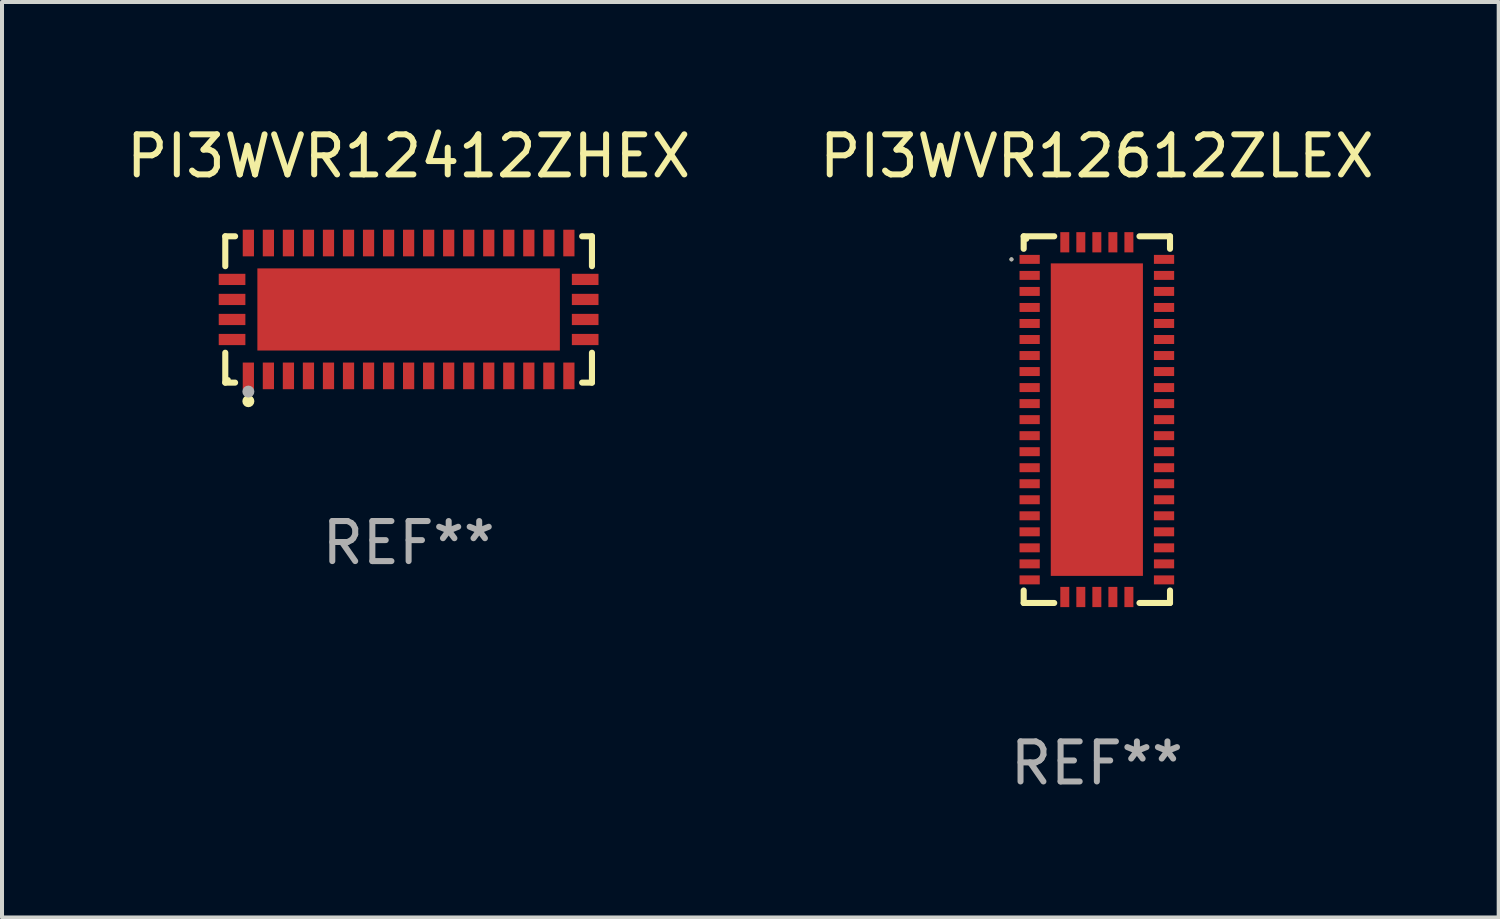
<source format=kicad_pcb>
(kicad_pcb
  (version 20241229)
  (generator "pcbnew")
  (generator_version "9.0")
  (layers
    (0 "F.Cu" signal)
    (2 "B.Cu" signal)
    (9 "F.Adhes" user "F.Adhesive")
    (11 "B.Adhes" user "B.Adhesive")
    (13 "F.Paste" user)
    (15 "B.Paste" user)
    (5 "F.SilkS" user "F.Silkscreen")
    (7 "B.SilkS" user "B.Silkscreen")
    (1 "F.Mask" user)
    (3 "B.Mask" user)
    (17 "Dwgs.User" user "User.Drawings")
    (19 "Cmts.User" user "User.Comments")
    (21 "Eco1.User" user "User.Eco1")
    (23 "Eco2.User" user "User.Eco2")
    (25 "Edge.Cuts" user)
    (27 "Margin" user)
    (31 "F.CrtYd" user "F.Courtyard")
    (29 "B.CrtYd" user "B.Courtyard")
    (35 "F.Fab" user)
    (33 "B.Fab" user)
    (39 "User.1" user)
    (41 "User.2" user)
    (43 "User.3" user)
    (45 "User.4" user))
  (footprint "PI3WVR12612ZLEX"
    (layer "F.Cu")
    (at 24.327 7.424)
    (property "Reference" "PI3WVR12612ZLEX" (at 0 -6.576 0) (layer "F.SilkS") (effects (font (size 1 1) (thickness 0.15))))
    (attr through_hole)
    (fp_line (start -1.826 -4.576) (end -1.064 -4.576) (stroke (width 0.152) (type solid)) (layer "F.SilkS"))
    (fp_line (start -1.826 -4.264) (end -1.826 -4.576) (stroke (width 0.152) (type solid)) (layer "F.SilkS"))
    (fp_line (start -1.826 4.264) (end -1.826 4.576) (stroke (width 0.152) (type solid)) (layer "F.SilkS"))
    (fp_line (start -1.826 4.576) (end -1.064 4.576) (stroke (width 0.152) (type solid)) (layer "F.SilkS"))
    (fp_line (start 1.826 -4.576) (end 1.064 -4.576) (stroke (width 0.152) (type solid)) (layer "F.SilkS"))
    (fp_line (start 1.826 -4.264) (end 1.826 -4.576) (stroke (width 0.152) (type solid)) (layer "F.SilkS"))
    (fp_line (start 1.826 4.264) (end 1.826 4.576) (stroke (width 0.152) (type solid)) (layer "F.SilkS"))
    (fp_line (start 1.826 4.576) (end 1.064 4.576) (stroke (width 0.152) (type solid)) (layer "F.SilkS"))
    (fp_circle (center -2.131 -4) (end -2.106 -4) (stroke (width 0.05) (type solid)) (fill no) (layer "F.SilkS"))
    (fp_circle (center -1.75 -4.5) (end -1.72 -4.5) (stroke (width 0.06) (type solid)) (fill no) (layer "F.SilkS"))
    (fp_circle (center -2.131 -4) (end -2.106 -4) (stroke (width 0.05) (type solid)) (fill no) (layer "F.Fab"))
    (fp_text user "REF**" (at 0 8.576 0) (layer "F.Fab") (effects (font (size 1 1) (thickness 0.15))))
    (pad "1" smd rect (at -1.677 -4) (size 0.505 0.224) (layers "F.Cu" "F.Mask" "F.Paste"))
    (pad "2" smd rect (at -1.677 -3.6) (size 0.505 0.224) (layers "F.Cu" "F.Mask" "F.Paste"))
    (pad "3" smd rect (at -1.677 -3.2) (size 0.505 0.224) (layers "F.Cu" "F.Mask" "F.Paste"))
    (pad "4" smd rect (at -1.677 -2.8) (size 0.505 0.224) (layers "F.Cu" "F.Mask" "F.Paste"))
    (pad "5" smd rect (at -1.677 -2.4) (size 0.505 0.224) (layers "F.Cu" "F.Mask" "F.Paste"))
    (pad "6" smd rect (at -1.677 -2) (size 0.505 0.224) (layers "F.Cu" "F.Mask" "F.Paste"))
    (pad "7" smd rect (at -1.677 -1.6) (size 0.505 0.224) (layers "F.Cu" "F.Mask" "F.Paste"))
    (pad "8" smd rect (at -1.677 -1.2) (size 0.505 0.224) (layers "F.Cu" "F.Mask" "F.Paste"))
    (pad "9" smd rect (at -1.677 -0.8) (size 0.505 0.224) (layers "F.Cu" "F.Mask" "F.Paste"))
    (pad "10" smd rect (at -1.677 -0.4) (size 0.505 0.224) (layers "F.Cu" "F.Mask" "F.Paste"))
    (pad "11" smd rect (at -1.677 0) (size 0.505 0.224) (layers "F.Cu" "F.Mask" "F.Paste"))
    (pad "12" smd rect (at -1.677 0.4) (size 0.505 0.224) (layers "F.Cu" "F.Mask" "F.Paste"))
    (pad "13" smd rect (at -1.677 0.8) (size 0.505 0.224) (layers "F.Cu" "F.Mask" "F.Paste"))
    (pad "14" smd rect (at -1.677 1.2) (size 0.505 0.224) (layers "F.Cu" "F.Mask" "F.Paste"))
    (pad "15" smd rect (at -1.677 1.6) (size 0.505 0.224) (layers "F.Cu" "F.Mask" "F.Paste"))
    (pad "16" smd rect (at -1.677 2) (size 0.505 0.224) (layers "F.Cu" "F.Mask" "F.Paste"))
    (pad "17" smd rect (at -1.677 2.4) (size 0.505 0.224) (layers "F.Cu" "F.Mask" "F.Paste"))
    (pad "18" smd rect (at -1.677 2.8) (size 0.505 0.224) (layers "F.Cu" "F.Mask" "F.Paste"))
    (pad "19" smd rect (at -1.677 3.2) (size 0.505 0.224) (layers "F.Cu" "F.Mask" "F.Paste"))
    (pad "20" smd rect (at -1.677 3.6) (size 0.505 0.224) (layers "F.Cu" "F.Mask" "F.Paste"))
    (pad "21" smd rect (at -1.677 4) (size 0.505 0.224) (layers "F.Cu" "F.Mask" "F.Paste"))
    (pad "22" smd rect (at -0.8 4.427) (size 0.224 0.505) (layers "F.Cu" "F.Mask" "F.Paste"))
    (pad "23" smd rect (at -0.4 4.427) (size 0.224 0.505) (layers "F.Cu" "F.Mask" "F.Paste"))
    (pad "24" smd rect (at -0.000013 4.427) (size 0.224 0.505) (layers "F.Cu" "F.Mask" "F.Paste"))
    (pad "25" smd rect (at 0.4 4.427) (size 0.224 0.505) (layers "F.Cu" "F.Mask" "F.Paste"))
    (pad "26" smd rect (at 0.8 4.427) (size 0.224 0.505) (layers "F.Cu" "F.Mask" "F.Paste"))
    (pad "27" smd rect (at 1.677 4) (size 0.505 0.224) (layers "F.Cu" "F.Mask" "F.Paste"))
    (pad "28" smd rect (at 1.677 3.6) (size 0.505 0.224) (layers "F.Cu" "F.Mask" "F.Paste"))
    (pad "29" smd rect (at 1.677 3.2) (size 0.505 0.224) (layers "F.Cu" "F.Mask" "F.Paste"))
    (pad "30" smd rect (at 1.677 2.8) (size 0.505 0.224) (layers "F.Cu" "F.Mask" "F.Paste"))
    (pad "31" smd rect (at 1.677 2.4) (size 0.505 0.224) (layers "F.Cu" "F.Mask" "F.Paste"))
    (pad "32" smd rect (at 1.677 2) (size 0.505 0.224) (layers "F.Cu" "F.Mask" "F.Paste"))
    (pad "33" smd rect (at 1.677 1.6) (size 0.505 0.224) (layers "F.Cu" "F.Mask" "F.Paste"))
    (pad "34" smd rect (at 1.677 1.2) (size 0.505 0.224) (layers "F.Cu" "F.Mask" "F.Paste"))
    (pad "35" smd rect (at 1.677 0.8) (size 0.505 0.224) (layers "F.Cu" "F.Mask" "F.Paste"))
    (pad "36" smd rect (at 1.677 0.4) (size 0.505 0.224) (layers "F.Cu" "F.Mask" "F.Paste"))
    (pad "37" smd rect (at 1.677 0) (size 0.505 0.224) (layers "F.Cu" "F.Mask" "F.Paste"))
    (pad "38" smd rect (at 1.677 -0.4) (size 0.505 0.224) (layers "F.Cu" "F.Mask" "F.Paste"))
    (pad "39" smd rect (at 1.677 -0.8) (size 0.505 0.224) (layers "F.Cu" "F.Mask" "F.Paste"))
    (pad "40" smd rect (at 1.677 -1.2) (size 0.505 0.224) (layers "F.Cu" "F.Mask" "F.Paste"))
    (pad "41" smd rect (at 1.677 -1.6) (size 0.505 0.224) (layers "F.Cu" "F.Mask" "F.Paste"))
    (pad "42" smd rect (at 1.677 -2) (size 0.505 0.224) (layers "F.Cu" "F.Mask" "F.Paste"))
    (pad "43" smd rect (at 1.677 -2.4) (size 0.505 0.224) (layers "F.Cu" "F.Mask" "F.Paste"))
    (pad "44" smd rect (at 1.677 -2.8) (size 0.505 0.224) (layers "F.Cu" "F.Mask" "F.Paste"))
    (pad "45" smd rect (at 1.677 -3.2) (size 0.505 0.224) (layers "F.Cu" "F.Mask" "F.Paste"))
    (pad "46" smd rect (at 1.677 -3.6) (size 0.505 0.224) (layers "F.Cu" "F.Mask" "F.Paste"))
    (pad "47" smd rect (at 1.677 -4) (size 0.505 0.224) (layers "F.Cu" "F.Mask" "F.Paste"))
    (pad "48" smd rect (at 0.8 -4.427) (size 0.224 0.505) (layers "F.Cu" "F.Mask" "F.Paste"))
    (pad "49" smd rect (at 0.4 -4.427) (size 0.224 0.505) (layers "F.Cu" "F.Mask" "F.Paste"))
    (pad "50" smd rect (at -0.000013 -4.427) (size 0.224 0.505) (layers "F.Cu" "F.Mask" "F.Paste"))
    (pad "51" smd rect (at -0.4 -4.427) (size 0.224 0.505) (layers "F.Cu" "F.Mask" "F.Paste"))
    (pad "52" smd rect (at -0.8 -4.427) (size 0.224 0.505) (layers "F.Cu" "F.Mask" "F.Paste"))
    (pad "53" smd rect (at -0.000013 0) (size 2.3 7.8) (layers "F.Cu" "F.Mask" "F.Paste")))
  (footprint "PI3WVR12412ZHEX"
    (layer "F.Cu")
    (at 7.149 4.674)
    (property "Reference" "PI3WVR12412ZHEX" (at 0 -3.826 0) (layer "F.SilkS") (effects (font (size 1 1) (thickness 0.15))))
    (attr through_hole)
    (fp_line (start -4.576 -1.826) (end -4.331 -1.826) (stroke (width 0.152) (type solid)) (layer "F.SilkS"))
    (fp_line (start -4.576 -1.08) (end -4.576 -1.826) (stroke (width 0.152) (type solid)) (layer "F.SilkS"))
    (fp_line (start -4.576 1.08) (end -4.576 1.826) (stroke (width 0.152) (type solid)) (layer "F.SilkS"))
    (fp_line (start -4.576 1.826) (end -4.331 1.826) (stroke (width 0.152) (type solid)) (layer "F.SilkS"))
    (fp_line (start 4.576 -1.826) (end 4.331 -1.826) (stroke (width 0.152) (type solid)) (layer "F.SilkS"))
    (fp_line (start 4.576 -1.08) (end 4.576 -1.826) (stroke (width 0.152) (type solid)) (layer "F.SilkS"))
    (fp_line (start 4.576 1.08) (end 4.576 1.826) (stroke (width 0.152) (type solid)) (layer "F.SilkS"))
    (fp_line (start 4.576 1.826) (end 4.331 1.826) (stroke (width 0.152) (type solid)) (layer "F.SilkS"))
    (fp_circle (center -4.5 1.75) (end -4.47 1.75) (stroke (width 0.06) (type solid)) (fill no) (layer "F.SilkS"))
    (fp_circle (center -4 2.29) (end -3.925 2.29) (stroke (width 0.15) (type solid)) (fill no) (layer "F.SilkS"))
    (fp_circle (center -4 2.05) (end -3.925 2.05) (stroke (width 0.15) (type solid)) (fill no) (layer "F.Fab"))
    (fp_text user "REF**" (at 0 5.826 0) (layer "F.Fab") (effects (font (size 1 1) (thickness 0.15))))
    (pad "1" smd rect (at -4 1.658) (size 0.28 0.665) (layers "F.Cu" "F.Mask" "F.Paste"))
    (pad "2" smd rect (at -3.5 1.658) (size 0.28 0.665) (layers "F.Cu" "F.Mask" "F.Paste"))
    (pad "3" smd rect (at -3 1.658) (size 0.28 0.665) (layers "F.Cu" "F.Mask" "F.Paste"))
    (pad "4" smd rect (at -2.5 1.658) (size 0.28 0.665) (layers "F.Cu" "F.Mask" "F.Paste"))
    (pad "5" smd rect (at -2 1.658) (size 0.28 0.665) (layers "F.Cu" "F.Mask" "F.Paste"))
    (pad "6" smd rect (at -1.5 1.658) (size 0.28 0.665) (layers "F.Cu" "F.Mask" "F.Paste"))
    (pad "7" smd rect (at -1 1.658) (size 0.28 0.665) (layers "F.Cu" "F.Mask" "F.Paste"))
    (pad "8" smd rect (at -0.5 1.658) (size 0.28 0.665) (layers "F.Cu" "F.Mask" "F.Paste"))
    (pad "9" smd rect (at 0 1.658) (size 0.28 0.665) (layers "F.Cu" "F.Mask" "F.Paste"))
    (pad "10" smd rect (at 0.5 1.658) (size 0.28 0.665) (layers "F.Cu" "F.Mask" "F.Paste"))
    (pad "11" smd rect (at 1 1.658) (size 0.28 0.665) (layers "F.Cu" "F.Mask" "F.Paste"))
    (pad "12" smd rect (at 1.5 1.658) (size 0.28 0.665) (layers "F.Cu" "F.Mask" "F.Paste"))
    (pad "13" smd rect (at 2 1.658) (size 0.28 0.665) (layers "F.Cu" "F.Mask" "F.Paste"))
    (pad "14" smd rect (at 2.5 1.658) (size 0.28 0.665) (layers "F.Cu" "F.Mask" "F.Paste"))
    (pad "15" smd rect (at 3 1.658) (size 0.28 0.665) (layers "F.Cu" "F.Mask" "F.Paste"))
    (pad "16" smd rect (at 3.5 1.658) (size 0.28 0.665) (layers "F.Cu" "F.Mask" "F.Paste"))
    (pad "17" smd rect (at 4 1.658) (size 0.28 0.665) (layers "F.Cu" "F.Mask" "F.Paste"))
    (pad "18" smd rect (at 4.407 0.75) (size 0.665 0.28) (layers "F.Cu" "F.Mask" "F.Paste"))
    (pad "19" smd rect (at 4.407 0.25) (size 0.665 0.28) (layers "F.Cu" "F.Mask" "F.Paste"))
    (pad "20" smd rect (at 4.407 -0.25) (size 0.665 0.28) (layers "F.Cu" "F.Mask" "F.Paste"))
    (pad "21" smd rect (at 4.407 -0.75) (size 0.665 0.28) (layers "F.Cu" "F.Mask" "F.Paste"))
    (pad "22" smd rect (at 4 -1.658) (size 0.28 0.665) (layers "F.Cu" "F.Mask" "F.Paste"))
    (pad "23" smd rect (at 3.5 -1.658) (size 0.28 0.665) (layers "F.Cu" "F.Mask" "F.Paste"))
    (pad "24" smd rect (at 3 -1.658) (size 0.28 0.665) (layers "F.Cu" "F.Mask" "F.Paste"))
    (pad "25" smd rect (at 2.5 -1.658) (size 0.28 0.665) (layers "F.Cu" "F.Mask" "F.Paste"))
    (pad "26" smd rect (at 2 -1.658) (size 0.28 0.665) (layers "F.Cu" "F.Mask" "F.Paste"))
    (pad "27" smd rect (at 1.5 -1.658) (size 0.28 0.665) (layers "F.Cu" "F.Mask" "F.Paste"))
    (pad "28" smd rect (at 1 -1.658) (size 0.28 0.665) (layers "F.Cu" "F.Mask" "F.Paste"))
    (pad "29" smd rect (at 0.5 -1.658) (size 0.28 0.665) (layers "F.Cu" "F.Mask" "F.Paste"))
    (pad "30" smd rect (at 0 -1.658) (size 0.28 0.665) (layers "F.Cu" "F.Mask" "F.Paste"))
    (pad "31" smd rect (at -0.5 -1.658) (size 0.28 0.665) (layers "F.Cu" "F.Mask" "F.Paste"))
    (pad "32" smd rect (at -1 -1.658) (size 0.28 0.665) (layers "F.Cu" "F.Mask" "F.Paste"))
    (pad "33" smd rect (at -1.5 -1.658) (size 0.28 0.665) (layers "F.Cu" "F.Mask" "F.Paste"))
    (pad "34" smd rect (at -2 -1.658) (size 0.28 0.665) (layers "F.Cu" "F.Mask" "F.Paste"))
    (pad "35" smd rect (at -2.5 -1.658) (size 0.28 0.665) (layers "F.Cu" "F.Mask" "F.Paste"))
    (pad "36" smd rect (at -3 -1.658) (size 0.28 0.665) (layers "F.Cu" "F.Mask" "F.Paste"))
    (pad "37" smd rect (at -3.5 -1.658) (size 0.28 0.665) (layers "F.Cu" "F.Mask" "F.Paste"))
    (pad "38" smd rect (at -4 -1.658) (size 0.28 0.665) (layers "F.Cu" "F.Mask" "F.Paste"))
    (pad "39" smd rect (at -4.407 -0.75) (size 0.665 0.28) (layers "F.Cu" "F.Mask" "F.Paste"))
    (pad "40" smd rect (at -4.407 -0.25) (size 0.665 0.28) (layers "F.Cu" "F.Mask" "F.Paste"))
    (pad "41" smd rect (at -4.407 0.25) (size 0.665 0.28) (layers "F.Cu" "F.Mask" "F.Paste"))
    (pad "42" smd rect (at -4.407 0.75) (size 0.665 0.28) (layers "F.Cu" "F.Mask" "F.Paste"))
    (pad "43" smd rect (at 0 0) (size 7.55 2.05) (layers "F.Cu" "F.Mask" "F.Paste")))
  (gr_rect
    (start -3 -3)
    (end 34.357 19.849)
    (stroke (width 0.1) (type default))
    (fill no)
    (layer "Edge.Cuts")))
</source>
